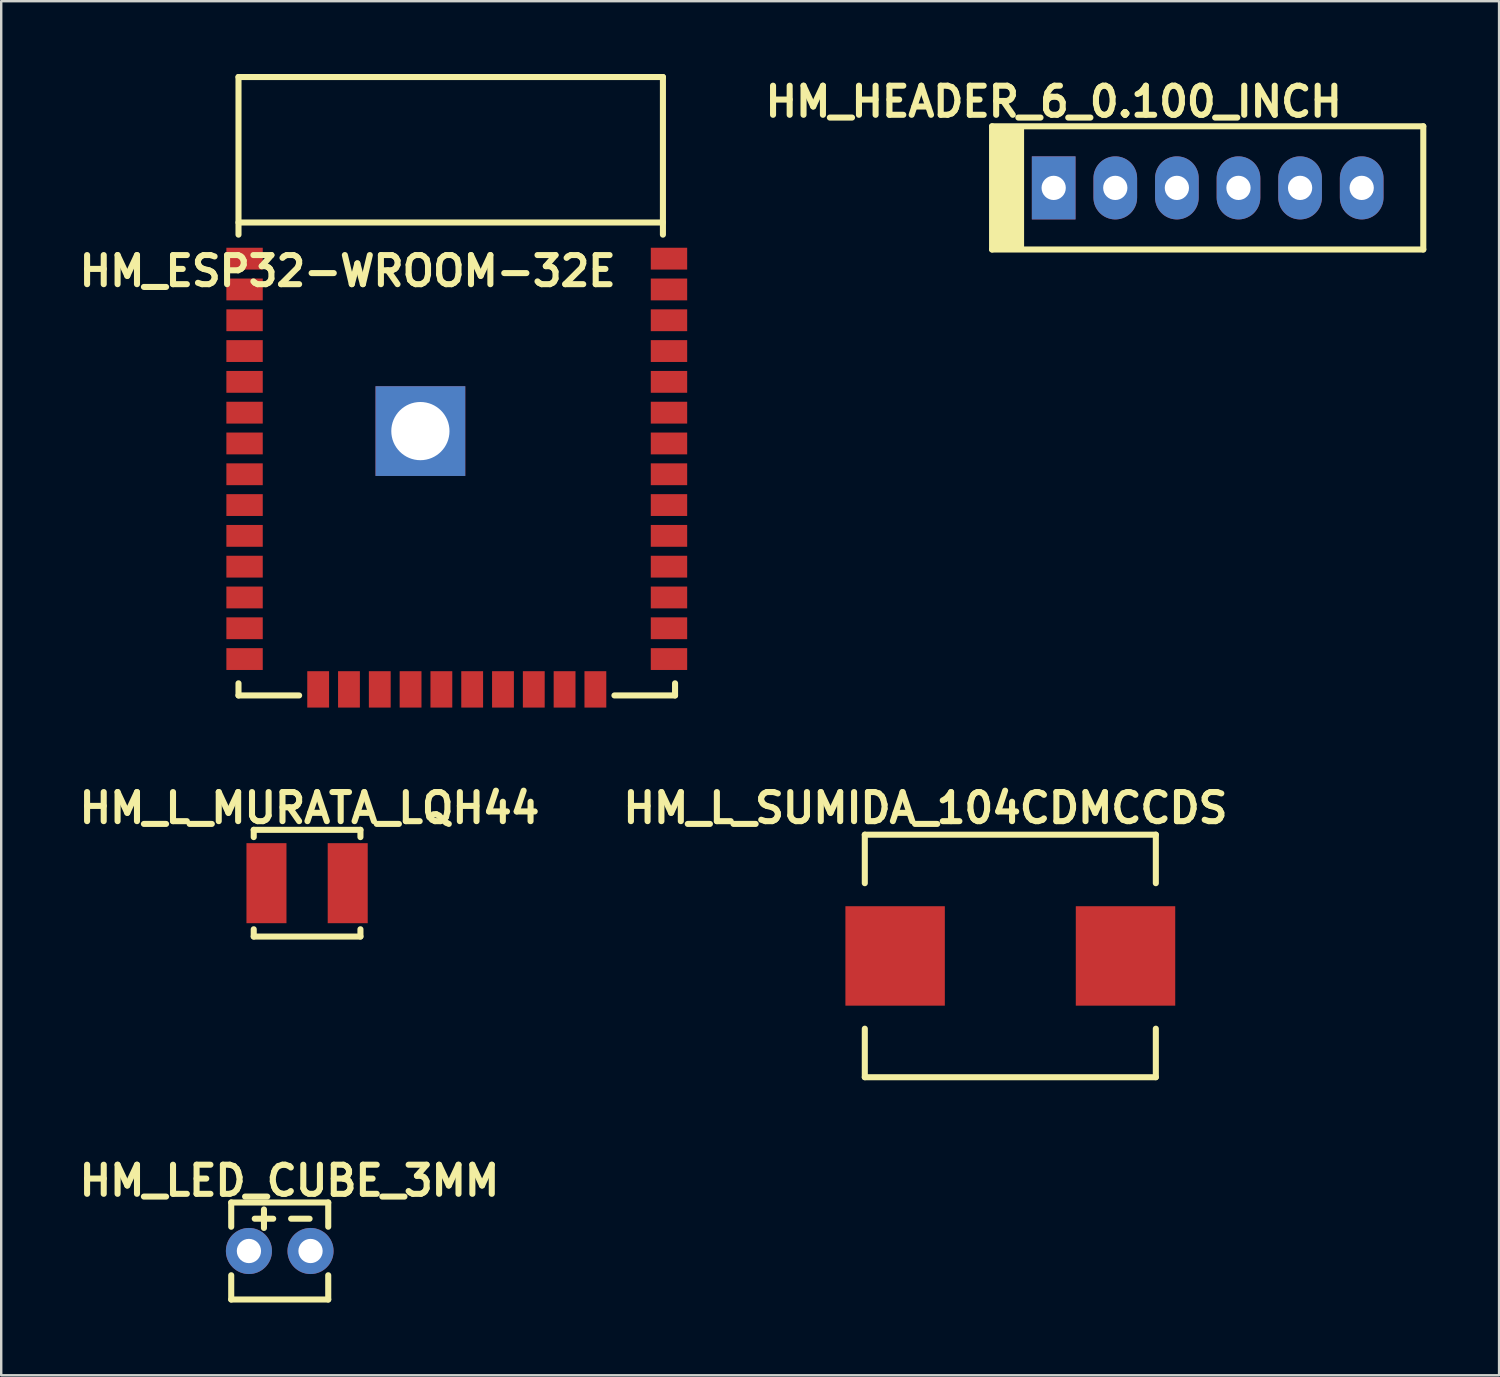
<source format=kicad_pcb>
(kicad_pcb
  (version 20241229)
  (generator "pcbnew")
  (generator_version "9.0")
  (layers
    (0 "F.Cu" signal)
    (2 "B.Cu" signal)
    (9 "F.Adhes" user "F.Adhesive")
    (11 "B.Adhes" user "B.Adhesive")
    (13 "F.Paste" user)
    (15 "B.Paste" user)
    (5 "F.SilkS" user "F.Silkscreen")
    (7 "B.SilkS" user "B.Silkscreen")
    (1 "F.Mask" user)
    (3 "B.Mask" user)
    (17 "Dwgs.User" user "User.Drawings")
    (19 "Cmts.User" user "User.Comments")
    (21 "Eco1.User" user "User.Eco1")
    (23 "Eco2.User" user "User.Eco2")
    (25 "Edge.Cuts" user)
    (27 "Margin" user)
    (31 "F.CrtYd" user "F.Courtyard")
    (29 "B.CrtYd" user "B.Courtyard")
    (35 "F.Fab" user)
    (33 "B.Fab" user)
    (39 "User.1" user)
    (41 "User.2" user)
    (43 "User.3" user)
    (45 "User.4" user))
  (footprint "HM_L_SUMIDA_104CDMCCDS"
    (layer "F.Cu")
    (at 38.608 36.366)
    (property "Reference" "HM_L_SUMIDA_104CDMCCDS" (at -3.5 -6.1 180) (layer "F.SilkS") (effects (font (size 1.2 1.2) (thickness 0.25))))
    (attr smd)
    (fp_line (start -6 -5) (end 6 -5) (stroke (width 0.25) (type solid)) (layer "F.SilkS"))
    (fp_line (start -6 -3) (end -6 -5) (stroke (width 0.25) (type solid)) (layer "F.SilkS"))
    (fp_line (start -6 5) (end -6 3) (stroke (width 0.25) (type solid)) (layer "F.SilkS"))
    (fp_line (start 6 -5) (end 6 -3) (stroke (width 0.25) (type solid)) (layer "F.SilkS"))
    (fp_line (start 6 3) (end 6 5) (stroke (width 0.25) (type solid)) (layer "F.SilkS"))
    (fp_line (start 6 5) (end -6 5) (stroke (width 0.25) (type solid)) (layer "F.SilkS"))
    (pad "1" smd rect (at -4.75 0) (size 4.1 4.1) (layers "F.Cu" "F.Mask" "F.Paste"))
    (pad "2" smd rect (at 4.75 0) (size 4.1 4.1) (layers "F.Cu" "F.Mask" "F.Paste")))
  (footprint "HM_LED_CUBE_3MM"
    (layer "F.Cu")
    (at 8.484 48.532)
    (property "Reference" "HM_LED_CUBE_3MM" (at 0.4 -2.9 0) (layer "F.SilkS") (effects (font (size 1.2 1.2) (thickness 0.25))))
    (attr through_hole)
    (fp_line (start -2 -2) (end -2 -1) (stroke (width 0.25) (type solid)) (layer "F.SilkS"))
    (fp_line (start -2 2) (end -2 1) (stroke (width 0.25) (type solid)) (layer "F.SilkS"))
    (fp_line (start 2 -2) (end -2 -2) (stroke (width 0.25) (type solid)) (layer "F.SilkS"))
    (fp_line (start 2 -2) (end 2 -1) (stroke (width 0.25) (type solid)) (layer "F.SilkS"))
    (fp_line (start 2 1) (end 2 2) (stroke (width 0.25) (type solid)) (layer "F.SilkS"))
    (fp_line (start 2 2) (end -2 2) (stroke (width 0.25) (type solid)) (layer "F.SilkS"))
    (fp_text user "-" (at 0.85 -1.4 0) (layer "F.SilkS") (effects (font (size 1 1) (thickness 0.25))))
    (fp_text user "+" (at -0.65 -1.4 0) (layer "F.SilkS") (effects (font (size 1 1) (thickness 0.25))))
    (pad "A" thru_hole circle (at -1.27 0) (size 1.9 1.9) (drill 1) (layers "*.Cu" "*.Mask"))
    (pad "K" thru_hole circle (at 1.27 0) (size 1.9 1.9) (drill 1) (layers "*.Cu" "*.Mask")))
  (footprint "HM_ESP32-WROOM-32E"
    (layer "F.Cu")
    (at 15.784 25.625)
    (property "Reference" "HM_ESP32-WROOM-32E" (at -4.5 -17.5 0) (layer "F.SilkS") (effects (font (size 1.2 1.2) (thickness 0.25))))
    (attr smd)
    (fp_line (start -9 -25.5) (end 8.5 -25.5) (stroke (width 0.25) (type solid)) (layer "F.SilkS"))
    (fp_line (start -9 -19) (end -9 -25.5) (stroke (width 0.25) (type solid)) (layer "F.SilkS"))
    (fp_line (start -9 -0.5) (end -9 0) (stroke (width 0.25) (type solid)) (layer "F.SilkS"))
    (fp_line (start -9 0) (end -6.5 0) (stroke (width 0.25) (type solid)) (layer "F.SilkS"))
    (fp_line (start 6.5 0) (end 9 0) (stroke (width 0.25) (type solid)) (layer "F.SilkS"))
    (fp_line (start 8.5 -25.5) (end 8.5 -19) (stroke (width 0.25) (type solid)) (layer "F.SilkS"))
    (fp_line (start 8.5 -19.5) (end -9 -19.5) (stroke (width 0.25) (type solid)) (layer "F.SilkS"))
    (fp_line (start 9 0) (end 9 -0.5) (stroke (width 0.25) (type solid)) (layer "F.SilkS"))
    (pad "1" smd rect (at -8.75 -18.01) (size 1.5 0.9) (layers "F.Cu" "F.Mask" "F.Paste"))
    (pad "2" smd rect (at -8.75 -16.74) (size 1.5 0.9) (layers "F.Cu" "F.Mask" "F.Paste"))
    (pad "3" smd rect (at -8.75 -15.47) (size 1.5 0.9) (layers "F.Cu" "F.Mask" "F.Paste"))
    (pad "4" smd rect (at -8.75 -14.2) (size 1.5 0.9) (layers "F.Cu" "F.Mask" "F.Paste"))
    (pad "5" smd rect (at -8.75 -12.93) (size 1.5 0.9) (layers "F.Cu" "F.Mask" "F.Paste"))
    (pad "6" smd rect (at -8.75 -11.66) (size 1.5 0.9) (layers "F.Cu" "F.Mask" "F.Paste"))
    (pad "7" smd rect (at -8.75 -10.39) (size 1.5 0.9) (layers "F.Cu" "F.Mask" "F.Paste"))
    (pad "8" smd rect (at -8.75 -9.12) (size 1.5 0.9) (layers "F.Cu" "F.Mask" "F.Paste"))
    (pad "9" smd rect (at -8.75 -7.85) (size 1.5 0.9) (layers "F.Cu" "F.Mask" "F.Paste"))
    (pad "10" smd rect (at -8.75 -6.58) (size 1.5 0.9) (layers "F.Cu" "F.Mask" "F.Paste"))
    (pad "11" smd rect (at -8.75 -5.31) (size 1.5 0.9) (layers "F.Cu" "F.Mask" "F.Paste"))
    (pad "12" smd rect (at -8.75 -4.04) (size 1.5 0.9) (layers "F.Cu" "F.Mask" "F.Paste"))
    (pad "13" smd rect (at -8.75 -2.77) (size 1.5 0.9) (layers "F.Cu" "F.Mask" "F.Paste"))
    (pad "14" smd rect (at -8.75 -1.5) (size 1.5 0.9) (layers "F.Cu" "F.Mask" "F.Paste"))
    (pad "15" smd rect (at -5.715 -0.25 90) (size 1.5 0.9) (layers "F.Cu" "F.Mask" "F.Paste"))
    (pad "16" smd rect (at -4.445 -0.25 90) (size 1.5 0.9) (layers "F.Cu" "F.Mask" "F.Paste"))
    (pad "17" smd rect (at -3.175 -0.25 90) (size 1.5 0.9) (layers "F.Cu" "F.Mask" "F.Paste"))
    (pad "18" smd rect (at -1.905 -0.25 90) (size 1.5 0.9) (layers "F.Cu" "F.Mask" "F.Paste"))
    (pad "19" smd rect (at -0.635 -0.25 90) (size 1.5 0.9) (layers "F.Cu" "F.Mask" "F.Paste"))
    (pad "20" smd rect (at 0.635 -0.25 90) (size 1.5 0.9) (layers "F.Cu" "F.Mask" "F.Paste"))
    (pad "21" smd rect (at 1.905 -0.25 90) (size 1.5 0.9) (layers "F.Cu" "F.Mask" "F.Paste"))
    (pad "22" smd rect (at 3.175 -0.25 90) (size 1.5 0.9) (layers "F.Cu" "F.Mask" "F.Paste"))
    (pad "23" smd rect (at 4.445 -0.25 90) (size 1.5 0.9) (layers "F.Cu" "F.Mask" "F.Paste"))
    (pad "24" smd rect (at 5.715 -0.25 90) (size 1.5 0.9) (layers "F.Cu" "F.Mask" "F.Paste"))
    (pad "25" smd rect (at 8.75 -1.5 180) (size 1.5 0.9) (layers "F.Cu" "F.Mask" "F.Paste"))
    (pad "26" smd rect (at 8.75 -2.77 180) (size 1.5 0.9) (layers "F.Cu" "F.Mask" "F.Paste"))
    (pad "27" smd rect (at 8.75 -4.04 180) (size 1.5 0.9) (layers "F.Cu" "F.Mask" "F.Paste"))
    (pad "28" smd rect (at 8.75 -5.31 180) (size 1.5 0.9) (layers "F.Cu" "F.Mask" "F.Paste"))
    (pad "29" smd rect (at 8.75 -6.58 180) (size 1.5 0.9) (layers "F.Cu" "F.Mask" "F.Paste"))
    (pad "30" smd rect (at 8.75 -7.85 180) (size 1.5 0.9) (layers "F.Cu" "F.Mask" "F.Paste"))
    (pad "31" smd rect (at 8.75 -9.12 180) (size 1.5 0.9) (layers "F.Cu" "F.Mask" "F.Paste"))
    (pad "32" smd rect (at 8.75 -10.39 180) (size 1.5 0.9) (layers "F.Cu" "F.Mask" "F.Paste"))
    (pad "33" smd rect (at 8.75 -11.66 180) (size 1.5 0.9) (layers "F.Cu" "F.Mask" "F.Paste"))
    (pad "34" smd rect (at 8.75 -12.93 180) (size 1.5 0.9) (layers "F.Cu" "F.Mask" "F.Paste"))
    (pad "35" smd rect (at 8.75 -14.2 180) (size 1.5 0.9) (layers "F.Cu" "F.Mask" "F.Paste"))
    (pad "36" smd rect (at 8.75 -15.47 180) (size 1.5 0.9) (layers "F.Cu" "F.Mask" "F.Paste"))
    (pad "37" smd rect (at 8.75 -16.74 180) (size 1.5 0.9) (layers "F.Cu" "F.Mask" "F.Paste"))
    (pad "38" smd rect (at 8.75 -18.01 180) (size 1.5 0.9) (layers "F.Cu" "F.Mask" "F.Paste"))
    (pad "39" thru_hole rect (at -1.5 -10.9 180) (size 3.7 3.7) (drill 2.4) (layers "*.Cu" "*.Mask")))
  (footprint "HM_L_MURATA_LQH44"
    (layer "F.Cu")
    (at 9.612 33.366)
    (property "Reference" "HM_L_MURATA_LQH44" (at 0.1 -3.1 180) (layer "F.SilkS") (effects (font (size 1.2 1.2) (thickness 0.25))))
    (attr through_hole)
    (fp_line (start -2.2 -2.2) (end -2.2 -1.9) (stroke (width 0.25) (type solid)) (layer "F.SilkS"))
    (fp_line (start -2.2 -2.2) (end 2.2 -2.2) (stroke (width 0.25) (type solid)) (layer "F.SilkS"))
    (fp_line (start -2.2 2.2) (end -2.2 1.9) (stroke (width 0.25) (type solid)) (layer "F.SilkS"))
    (fp_line (start -2.2 2.2) (end 2.2 2.2) (stroke (width 0.25) (type solid)) (layer "F.SilkS"))
    (fp_line (start 2.2 -2.2) (end 2.2 -1.9) (stroke (width 0.25) (type solid)) (layer "F.SilkS"))
    (fp_line (start 2.2 2.2) (end 2.2 1.9) (stroke (width 0.25) (type solid)) (layer "F.SilkS"))
    (pad "1" smd rect (at -1.675 0) (size 1.65 3.3) (layers "F.Cu" "F.Mask" "F.Paste"))
    (pad "2" smd rect (at 1.675 0) (size 1.65 3.3) (layers "F.Cu" "F.Mask" "F.Paste")))
  (footprint "HM_HEADER_6_0.100_INCH"
    (layer "F.Cu")
    (at 40.396 4.697)
    (property "Reference" "HM_HEADER_6_0.100_INCH" (at 0 -3.556 0) (layer "F.SilkS") (effects (font (size 1.2 1.2) (thickness 0.25))))
    (attr through_hole)
    (fp_line (start -2.54 -2.54) (end -2.54 2.54) (stroke (width 0.25) (type solid)) (layer "F.SilkS"))
    (fp_line (start -2.54 2.54) (end 15.24 2.54) (stroke (width 0.25) (type solid)) (layer "F.SilkS"))
    (fp_line (start 15.24 -2.54) (end -2.54 -2.54) (stroke (width 0.25) (type solid)) (layer "F.SilkS"))
    (fp_line (start 15.24 2.54) (end 15.24 -2.54) (stroke (width 0.25) (type solid)) (layer "F.SilkS"))
    (fp_poly (pts (xy -1.27 2.54) (xy -2.54 2.54) (xy -2.54 -2.54) (xy -1.27 -2.54)) (stroke (width 0.1) (type solid)) (fill yes) (layer "F.SilkS"))
    (pad "1" thru_hole rect (at 0 0) (size 1.8 2.6) (drill 1) (layers "*.Cu" "*.Mask"))
    (pad "2" thru_hole oval (at 2.54 0) (size 1.8 2.6) (drill 1) (layers "*.Cu" "*.Mask"))
    (pad "3" thru_hole oval (at 5.08 0) (size 1.8 2.6) (drill 1) (layers "*.Cu" "*.Mask"))
    (pad "4" thru_hole oval (at 7.62 0) (size 1.8 2.6) (drill 1) (layers "*.Cu" "*.Mask"))
    (pad "5" thru_hole oval (at 10.16 0) (size 1.8 2.6) (drill 1) (layers "*.Cu" "*.Mask"))
    (pad "6" thru_hole oval (at 12.7 0) (size 1.8 2.6) (drill 1) (layers "*.Cu" "*.Mask")))
  (gr_rect
    (start -3 -3)
    (end 58.761 53.657)
    (stroke (width 0.1) (type default))
    (fill no)
    (layer "Edge.Cuts")))
</source>
